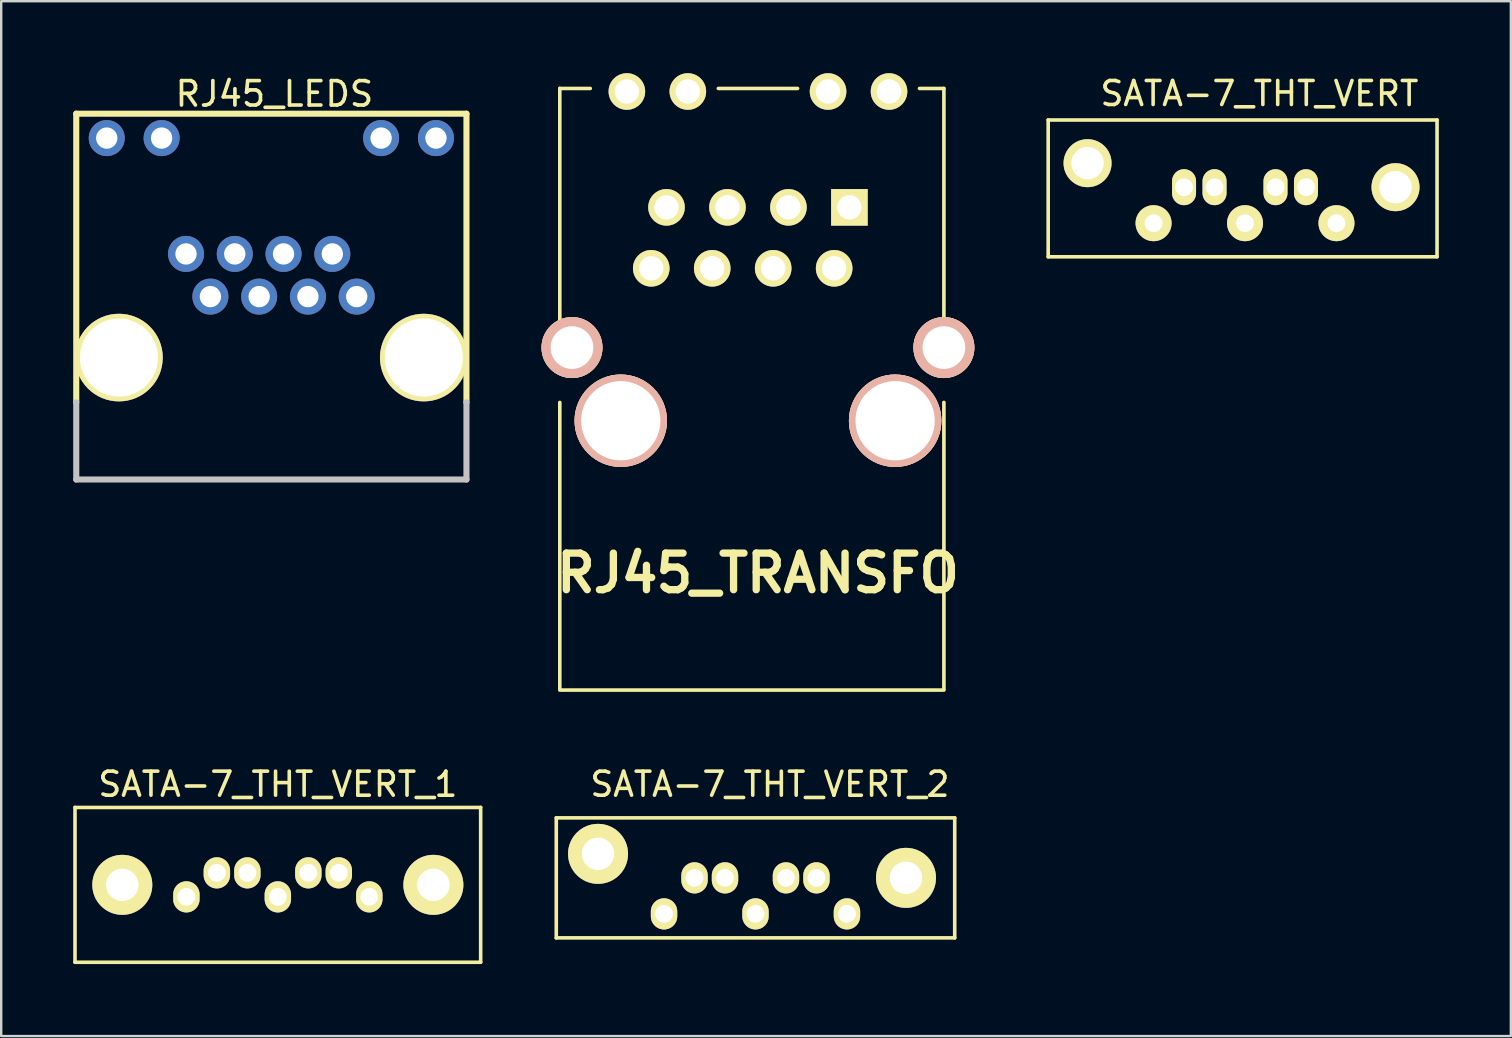
<source format=kicad_pcb>
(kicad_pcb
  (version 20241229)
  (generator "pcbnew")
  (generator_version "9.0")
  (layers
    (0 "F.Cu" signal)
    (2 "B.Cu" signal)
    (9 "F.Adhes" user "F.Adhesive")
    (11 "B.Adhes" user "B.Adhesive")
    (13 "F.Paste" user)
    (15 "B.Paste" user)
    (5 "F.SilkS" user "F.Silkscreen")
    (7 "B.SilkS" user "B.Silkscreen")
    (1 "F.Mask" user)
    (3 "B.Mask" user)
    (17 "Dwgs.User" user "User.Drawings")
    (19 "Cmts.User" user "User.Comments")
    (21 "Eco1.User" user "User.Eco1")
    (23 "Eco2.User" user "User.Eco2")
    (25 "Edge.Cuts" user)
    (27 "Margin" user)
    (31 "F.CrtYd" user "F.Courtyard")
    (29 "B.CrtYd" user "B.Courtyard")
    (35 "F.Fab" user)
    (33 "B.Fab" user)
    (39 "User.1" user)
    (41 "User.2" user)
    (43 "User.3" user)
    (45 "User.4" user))
  (footprint "RJ45_LEDS"
    (layer "F.Cu")
    (at 8.255 9.307)
    (property "Reference" "RJ45_LEDS" (at 0.127 -8.445 0) (layer "F.SilkS") (effects (font (size 1.016 1.016) (thickness 0.152))))
    (attr smd)
    (fp_line (start -8.128 -7.62) (end -8.128 4.407) (stroke (width 0.254) (type solid)) (layer "F.SilkS"))
    (fp_line (start -8.128 -7.62) (end 8.128 -7.62) (stroke (width 0.254) (type solid)) (layer "F.SilkS"))
    (fp_line (start 8.128 4.407) (end 8.128 -7.62) (stroke (width 0.254) (type solid)) (layer "F.SilkS"))
    (fp_line (start -8.128 4.407) (end -8.128 7.62) (stroke (width 0.254) (type solid)) (layer "Dwgs.User"))
    (fp_line (start -8.128 7.62) (end 8.128 7.62) (stroke (width 0.254) (type solid)) (layer "Dwgs.User"))
    (fp_line (start 8.128 4.407) (end 8.128 7.62) (stroke (width 0.254) (type solid)) (layer "Dwgs.User"))
    (pad "" np_thru_hole circle (at -6.35 2.54 180) (size 3.65 3.65) (drill 3.251) (layers "*.Cu" "*.Mask" "F.SilkS"))
    (pad "" np_thru_hole circle (at 6.35 2.54 180) (size 3.65 3.65) (drill 3.251) (layers "*.Cu" "*.Mask" "F.SilkS"))
    (pad "1" thru_hole circle (at 3.556 0 180) (size 1.501 1.501) (drill 0.889) (layers "*.Cu" "*.Mask"))
    (pad "2" thru_hole circle (at 2.54 -1.778 180) (size 1.501 1.501) (drill 0.889) (layers "*.Cu" "*.Mask"))
    (pad "3" thru_hole circle (at 1.524 0 180) (size 1.501 1.501) (drill 0.889) (layers "*.Cu" "*.Mask"))
    (pad "4" thru_hole circle (at 0.508 -1.778 180) (size 1.501 1.501) (drill 0.889) (layers "*.Cu" "*.Mask"))
    (pad "5" thru_hole circle (at -0.508 0 180) (size 1.501 1.501) (drill 0.889) (layers "*.Cu" "*.Mask"))
    (pad "6" thru_hole circle (at -1.524 -1.778 180) (size 1.501 1.501) (drill 0.889) (layers "*.Cu" "*.Mask"))
    (pad "7" thru_hole circle (at -2.54 0 180) (size 1.501 1.501) (drill 0.889) (layers "*.Cu" "*.Mask"))
    (pad "8" thru_hole circle (at -3.556 -1.778 180) (size 1.501 1.501) (drill 0.889) (layers "*.Cu" "*.Mask"))
    (pad "L1A" thru_hole circle (at 4.572 -6.604 180) (size 1.501 1.501) (drill 0.889) (layers "*.Cu" "*.Mask"))
    (pad "L1K" thru_hole circle (at 6.858 -6.604 180) (size 1.501 1.501) (drill 0.889) (layers "*.Cu" "*.Mask"))
    (pad "L2A" thru_hole circle (at -6.858 -6.604 180) (size 1.501 1.501) (drill 0.889) (layers "*.Cu" "*.Mask"))
    (pad "L2K" thru_hole circle (at -4.572 -6.604 180) (size 1.501 1.501) (drill 0.889) (layers "*.Cu" "*.Mask")))
  (footprint "SATA-7_THT_VERT_2"
    (layer "F.Cu")
    (at 28.425 33.523)
    (property "Reference" "SATA-7_THT_VERT_2" (at 0.6 -3.9 0) (layer "F.SilkS") (effects (font (size 1 1) (thickness 0.15))))
    (attr through_hole)
    (fp_line (start -8.3 -2.5) (end 8.3 -2.5) (stroke (width 0.15) (type solid)) (layer "F.SilkS"))
    (fp_line (start -8.3 2.5) (end -8.3 -2.5) (stroke (width 0.15) (type solid)) (layer "F.SilkS"))
    (fp_line (start 8.3 -2.5) (end 8.3 2.5) (stroke (width 0.15) (type solid)) (layer "F.SilkS"))
    (fp_line (start 8.3 2.5) (end -8.3 2.5) (stroke (width 0.15) (type solid)) (layer "F.SilkS"))
    (pad "1" thru_hole oval (at 3.81 1.5) (size 1.1 1.3) (drill 0.74) (layers "*.Cu" "*.Mask" "F.SilkS"))
    (pad "2" thru_hole oval (at 2.54 0) (size 1.1 1.3) (drill 0.74) (layers "*.Cu" "*.Mask" "F.SilkS"))
    (pad "3" thru_hole oval (at 1.27 0) (size 1.1 1.3) (drill 0.74) (layers "*.Cu" "*.Mask" "F.SilkS"))
    (pad "4" thru_hole oval (at 0 1.5) (size 1.1 1.3) (drill 0.74) (layers "*.Cu" "*.Mask" "F.SilkS"))
    (pad "5" thru_hole oval (at -1.27 0) (size 1.1 1.3) (drill 0.74) (layers "*.Cu" "*.Mask" "F.SilkS"))
    (pad "6" thru_hole oval (at -2.54 0) (size 1.1 1.3) (drill 0.74) (layers "*.Cu" "*.Mask" "F.SilkS"))
    (pad "7" thru_hole oval (at -3.81 1.5) (size 1.1 1.3) (drill 0.74) (layers "*.Cu" "*.Mask" "F.SilkS"))
    (pad "8" thru_hole circle (at -6.56 -1) (size 2.5 2.5) (drill 1.35) (layers "*.Cu" "*.Mask" "F.SilkS"))
    (pad "9" thru_hole circle (at 6.27 0) (size 2.5 2.5) (drill 1.35) (layers "*.Cu" "*.Mask" "F.SilkS")))
  (footprint "SATA-7_THT_VERT"
    (layer "F.Cu")
    (at 48.819 4.748)
    (property "Reference" "SATA-7_THT_VERT" (at 0.6 -3.9 0) (layer "F.SilkS") (effects (font (size 1 1) (thickness 0.15))))
    (attr through_hole)
    (fp_line (start -8.2 -2.8) (end 8 -2.8) (stroke (width 0.15) (type solid)) (layer "F.SilkS"))
    (fp_line (start -8.2 2.9) (end -8.2 -2.8) (stroke (width 0.15) (type solid)) (layer "F.SilkS"))
    (fp_line (start 8 -2.8) (end 8 2.9) (stroke (width 0.15) (type solid)) (layer "F.SilkS"))
    (fp_line (start 8 2.9) (end -8.2 2.9) (stroke (width 0.15) (type solid)) (layer "F.SilkS"))
    (pad "1" thru_hole circle (at 3.81 1.5) (size 1.5 1.5) (drill 0.74) (layers "*.Cu" "*.Mask" "F.SilkS"))
    (pad "2" thru_hole oval (at 2.54 0) (size 1 1.5) (drill 0.74) (layers "*.Cu" "*.Mask" "F.SilkS"))
    (pad "3" thru_hole oval (at 1.27 0) (size 1 1.5) (drill 0.74) (layers "*.Cu" "*.Mask" "F.SilkS"))
    (pad "4" thru_hole circle (at 0 1.5) (size 1.5 1.5) (drill 0.74) (layers "*.Cu" "*.Mask" "F.SilkS"))
    (pad "5" thru_hole oval (at -1.27 0) (size 1 1.5) (drill 0.74) (layers "*.Cu" "*.Mask" "F.SilkS"))
    (pad "6" thru_hole oval (at -2.54 0) (size 1 1.5) (drill 0.74) (layers "*.Cu" "*.Mask" "F.SilkS"))
    (pad "7" thru_hole circle (at -3.81 1.5) (size 1.5 1.5) (drill 0.74) (layers "*.Cu" "*.Mask" "F.SilkS"))
    (pad "8" thru_hole circle (at -6.56 -1) (size 2 2) (drill 1.35) (layers "*.Cu" "*.Mask" "F.SilkS"))
    (pad "9" thru_hole circle (at 6.27 0) (size 2 2) (drill 1.35) (layers "*.Cu" "*.Mask" "F.SilkS")))
  (footprint "RJ45_TRANSFO"
    (layer "F.Cu")
    (at 32.337 5.588)
    (property "Reference" "RJ45_TRANSFO" (at -3.81 15.24 0) (layer "F.SilkS") (effects (font (size 1.524 1.524) (thickness 0.305))))
    (attr through_hole)
    (fp_line (start -12.065 -4.953) (end -10.795 -4.953) (stroke (width 0.15) (type solid)) (layer "F.SilkS"))
    (fp_line (start -12.065 4.953) (end -12.065 -4.953) (stroke (width 0.15) (type solid)) (layer "F.SilkS"))
    (fp_line (start -12.065 20.066) (end -12.065 8.128) (stroke (width 0.15) (type solid)) (layer "F.SilkS"))
    (fp_line (start -12.065 20.112) (end 3.937 20.112) (stroke (width 0.15) (type solid)) (layer "F.SilkS"))
    (fp_line (start -5.461 -4.953) (end -2.159 -4.953) (stroke (width 0.15) (type solid)) (layer "F.SilkS"))
    (fp_line (start 3.937 -4.953) (end 2.921 -4.953) (stroke (width 0.15) (type solid)) (layer "F.SilkS"))
    (fp_line (start 3.937 4.953) (end 3.937 -4.953) (stroke (width 0.15) (type solid)) (layer "F.SilkS"))
    (fp_line (start 3.937 20.066) (end 3.937 8.128) (stroke (width 0.15) (type solid)) (layer "F.SilkS"))
    (pad "1" thru_hole rect (at 0 0) (size 1.524 1.524) (drill 1.016) (layers "*.Cu" "*.Mask" "F.SilkS"))
    (pad "2" thru_hole circle (at -0.635 2.54) (size 1.524 1.524) (drill 1.016) (layers "*.Cu" "*.Mask" "F.SilkS"))
    (pad "3" thru_hole circle (at -2.54 0) (size 1.524 1.524) (drill 1.016) (layers "*.Cu" "*.Mask" "F.SilkS"))
    (pad "4" thru_hole circle (at -3.175 2.54) (size 1.524 1.524) (drill 1.016) (layers "*.Cu" "*.Mask" "F.SilkS"))
    (pad "5" thru_hole circle (at -5.08 0) (size 1.524 1.524) (drill 1.016) (layers "*.Cu" "*.Mask" "F.SilkS"))
    (pad "6" thru_hole circle (at -5.715 2.54) (size 1.524 1.524) (drill 1.016) (layers "*.Cu" "*.Mask" "F.SilkS"))
    (pad "7" thru_hole circle (at -7.62 0) (size 1.524 1.524) (drill 1.016) (layers "*.Cu" "*.Mask" "F.SilkS"))
    (pad "8" thru_hole circle (at -8.255 2.54) (size 1.524 1.524) (drill 1.016) (layers "*.Cu" "*.Mask" "F.SilkS"))
    (pad "13" thru_hole circle (at -11.557 5.842) (size 2.54 2.54) (drill 1.778) (layers "*.Cu" "*.SilkS" "*.Mask"))
    (pad "13" thru_hole circle (at 3.937 5.842) (size 2.54 2.54) (drill 1.778) (layers "*.Cu" "*.SilkS" "*.Mask"))
    (pad "GA" thru_hole circle (at -0.889 -4.826) (size 1.524 1.524) (drill 1.016) (layers "*.Cu" "*.Mask" "F.SilkS"))
    (pad "GK" thru_hole circle (at 1.651 -4.826) (size 1.524 1.524) (drill 1.016) (layers "*.Cu" "*.Mask" "F.SilkS"))
    (pad "Hole" thru_hole circle (at -9.525 8.89) (size 3.851 3.851) (drill 3.302) (layers "*.Cu" "*.SilkS" "*.Mask"))
    (pad "Hole" thru_hole circle (at 1.905 8.89) (size 3.851 3.851) (drill 3.302) (layers "*.Cu" "*.SilkS" "*.Mask"))
    (pad "YA" thru_hole circle (at -9.271 -4.826) (size 1.524 1.524) (drill 1.016) (layers "*.Cu" "*.Mask" "F.SilkS"))
    (pad "YK" thru_hole circle (at -6.731 -4.826) (size 1.524 1.524) (drill 1.016) (layers "*.Cu" "*.Mask" "F.SilkS")))
  (footprint "SATA-7_THT_VERT_1"
    (layer "F.Cu")
    (at 8.525 33.814)
    (property "Reference" "SATA-7_THT_VERT_1" (at 0 -4.191 0) (layer "F.SilkS") (effects (font (size 1 1) (thickness 0.15))))
    (attr through_hole)
    (fp_line (start -8.45 -3.225) (end 8.45 -3.225) (stroke (width 0.15) (type solid)) (layer "F.SilkS"))
    (fp_line (start -8.45 3.225) (end -8.45 -3.225) (stroke (width 0.15) (type solid)) (layer "F.SilkS"))
    (fp_line (start 8.45 -3.225) (end 8.45 3.225) (stroke (width 0.15) (type solid)) (layer "F.SilkS"))
    (fp_line (start 8.45 3.225) (end -8.45 3.225) (stroke (width 0.15) (type solid)) (layer "F.SilkS"))
    (pad "1" thru_hole oval (at 3.81 0.5) (size 1.1 1.3) (drill 0.74) (layers "*.Cu" "*.Mask" "F.SilkS"))
    (pad "2" thru_hole oval (at 2.54 -0.5) (size 1.1 1.3) (drill 0.74) (layers "*.Cu" "*.Mask" "F.SilkS"))
    (pad "3" thru_hole oval (at 1.27 -0.5) (size 1.1 1.3) (drill 0.74) (layers "*.Cu" "*.Mask" "F.SilkS"))
    (pad "4" thru_hole oval (at 0 0.5) (size 1.1 1.3) (drill 0.74) (layers "*.Cu" "*.Mask" "F.SilkS"))
    (pad "5" thru_hole oval (at -1.27 -0.5) (size 1.1 1.3) (drill 0.74) (layers "*.Cu" "*.Mask" "F.SilkS"))
    (pad "6" thru_hole oval (at -2.54 -0.5) (size 1.1 1.3) (drill 0.74) (layers "*.Cu" "*.Mask" "F.SilkS"))
    (pad "7" thru_hole oval (at -3.81 0.5) (size 1.1 1.3) (drill 0.74) (layers "*.Cu" "*.Mask" "F.SilkS"))
    (pad "8" thru_hole circle (at -6.48 0) (size 2.5 2.5) (drill 1.35) (layers "*.Cu" "*.Mask" "F.SilkS"))
    (pad "9" thru_hole circle (at 6.48 0) (size 2.5 2.5) (drill 1.35) (layers "*.Cu" "*.Mask" "F.SilkS")))
  (gr_rect
    (start -3 -3)
    (end 59.894 40.114)
    (stroke (width 0.1) (type default))
    (fill no)
    (layer "Edge.Cuts")))
</source>
